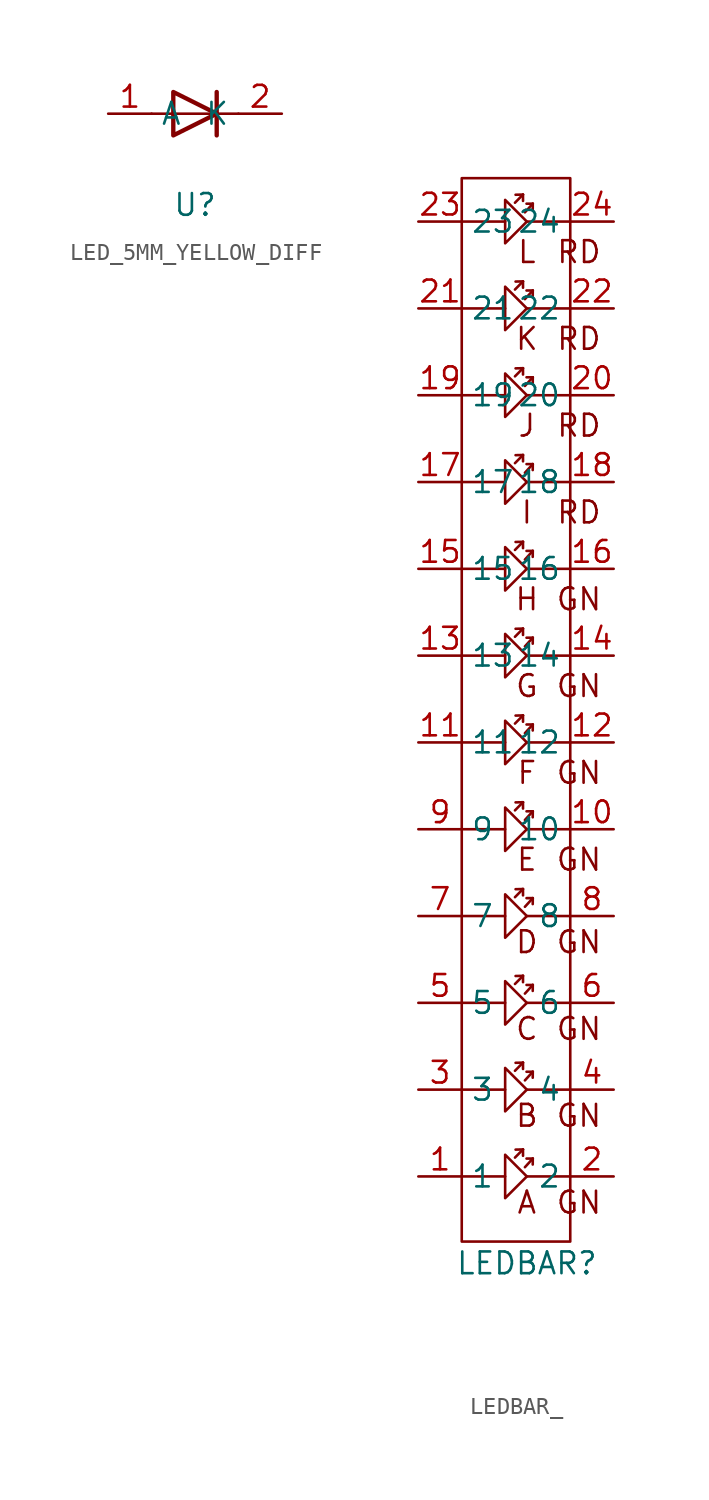
<source format=kicad_sym>
(kicad_symbol_lib
  (version 20241209)
  (generator "kicad_symbol_editor")
  (generator_version "9.0")
  (symbol "LED_5MM_YELLOW_DIFF"
    (property "Reference" "U"
      (at 0 -5.334 0)
      (effects (font (size 1.27 1.27))))
    (property "Value" ""
      (at 0 0 0)
      (effects (font (size 1.27 1.27))))
    (symbol "LED_5MM_YELLOW_DIFF_0_1"
      (polyline (pts (xy -2.54 0) (xy 2.54 0)) (stroke (width 0) (type default)) (fill (type none)))
      (polyline (pts (xy -1.27 1.27) (xy -1.27 -1.27) (xy 1.27 0) (xy -1.27 1.27)) (stroke (width 0.254) (type default)) (fill (type none)))
      (polyline (pts (xy 1.27 -1.27) (xy 1.27 1.27)) (stroke (width 0.254) (type default)) (fill (type none))))
    (symbol "LED_5MM_YELLOW_DIFF_1_1"
      (pin passive line (at -5.08 0 0) (length 2.54) (name "A" (effects (font (size 1.27 1.27)))) (number "1" (effects (font (size 1.27 1.27)))))
      (pin passive line (at 5.08 0 180) (length 2.54) (name "K" (effects (font (size 1.27 1.27)))) (number "2" (effects (font (size 1.27 1.27)))))))
  (symbol "LEDBAR_"
    (property "Reference" "LEDBAR"
      (at 0 -5.08 0)
      (effects (font (size 1.27 1.27))))
    (property "Value" ""
      (at 0 0 0)
      (effects (font (size 1.27 1.27))))
    (symbol "LEDBAR__0_1"
      (rectangle (start -3.81 58.42) (end 2.54 -3.81) (stroke (width 0) (type default)) (fill (type none)))
      (polyline (pts (xy -1.27 57.15) (xy -1.27 54.61) (xy 0 55.88) (xy -1.27 57.15)) (stroke (width 0) (type default)) (fill (type none)))
      (polyline (pts (xy -1.27 55.88) (xy -3.81 55.88)) (stroke (width 0) (type default)) (fill (type none)))
      (polyline (pts (xy -1.27 52.07) (xy -1.27 49.53) (xy 0 50.8) (xy -1.27 52.07)) (stroke (width 0) (type default)) (fill (type none)))
      (polyline (pts (xy -1.27 50.8) (xy -3.81 50.8)) (stroke (width 0) (type default)) (fill (type none)))
      (polyline (pts (xy -1.27 46.99) (xy -1.27 44.45) (xy 0 45.72) (xy -1.27 46.99)) (stroke (width 0) (type default)) (fill (type none)))
      (polyline (pts (xy -1.27 45.72) (xy -3.81 45.72)) (stroke (width 0) (type default)) (fill (type none)))
      (polyline (pts (xy -1.27 41.91) (xy -1.27 39.37) (xy 0 40.64) (xy -1.27 41.91)) (stroke (width 0) (type default)) (fill (type none)))
      (polyline (pts (xy -1.27 40.64) (xy -3.81 40.64)) (stroke (width 0) (type default)) (fill (type none)))
      (polyline (pts (xy -1.27 36.83) (xy -1.27 34.29) (xy 0 35.56) (xy -1.27 36.83)) (stroke (width 0) (type default)) (fill (type none)))
      (polyline (pts (xy -1.27 35.56) (xy -3.81 35.56)) (stroke (width 0) (type default)) (fill (type none)))
      (polyline (pts (xy -1.27 31.75) (xy -1.27 29.21) (xy 0 30.48) (xy -1.27 31.75)) (stroke (width 0) (type default)) (fill (type none)))
      (polyline (pts (xy -1.27 30.48) (xy -3.81 30.48)) (stroke (width 0) (type default)) (fill (type none)))
      (polyline (pts (xy -1.27 26.67) (xy -1.27 24.13) (xy 0 25.4) (xy -1.27 26.67)) (stroke (width 0) (type default)) (fill (type none)))
      (polyline (pts (xy -1.27 25.4) (xy -3.81 25.4)) (stroke (width 0) (type default)) (fill (type none)))
      (polyline (pts (xy -1.27 21.59) (xy -1.27 19.05) (xy 0 20.32) (xy -1.27 21.59)) (stroke (width 0) (type default)) (fill (type none)))
      (polyline (pts (xy -1.27 20.32) (xy -3.81 20.32)) (stroke (width 0) (type default)) (fill (type none)))
      (polyline (pts (xy -1.27 16.51) (xy -1.27 13.97) (xy 0 15.24) (xy -1.27 16.51)) (stroke (width 0) (type default)) (fill (type none)))
      (polyline (pts (xy -1.27 15.24) (xy -3.81 15.24)) (stroke (width 0) (type default)) (fill (type none)))
      (polyline (pts (xy -1.27 11.43) (xy -1.27 8.89) (xy 0 10.16) (xy -1.27 11.43)) (stroke (width 0) (type default)) (fill (type none)))
      (polyline (pts (xy -1.27 10.16) (xy -3.81 10.16)) (stroke (width 0) (type default)) (fill (type none)))
      (polyline (pts (xy -1.27 6.35) (xy -1.27 3.81) (xy 0 5.08) (xy -1.27 6.35)) (stroke (width 0) (type default)) (fill (type none)))
      (polyline (pts (xy -1.27 5.08) (xy -3.81 5.08)) (stroke (width 0) (type default)) (fill (type none)))
      (polyline (pts (xy -1.27 1.27) (xy -1.27 -1.27) (xy 0 0) (xy -1.27 1.27)) (stroke (width 0) (type default)) (fill (type none)))
      (polyline (pts (xy -1.27 0) (xy -3.81 0)) (stroke (width 0) (type default)) (fill (type none)))
      (polyline (pts (xy -0.695 56.984) (xy -0.227 57.461)) (stroke (width 0) (type default)) (fill (type none)))
      (polyline (pts (xy -0.695 51.904) (xy -0.227 52.381)) (stroke (width 0) (type default)) (fill (type none)))
      (polyline (pts (xy -0.695 46.824) (xy -0.227 47.301)) (stroke (width 0) (type default)) (fill (type none)))
      (polyline (pts (xy -0.695 41.744) (xy -0.227 42.221)) (stroke (width 0) (type default)) (fill (type none)))
      (polyline (pts (xy -0.695 36.664) (xy -0.227 37.141)) (stroke (width 0) (type default)) (fill (type none)))
      (polyline (pts (xy -0.695 31.584) (xy -0.227 32.061)) (stroke (width 0) (type default)) (fill (type none)))
      (polyline (pts (xy -0.695 26.504) (xy -0.227 26.981)) (stroke (width 0) (type default)) (fill (type none)))
      (polyline (pts (xy -0.695 21.424) (xy -0.227 21.901)) (stroke (width 0) (type default)) (fill (type none)))
      (polyline (pts (xy -0.695 16.344) (xy -0.227 16.821)) (stroke (width 0) (type default)) (fill (type none)))
      (polyline (pts (xy -0.695 11.264) (xy -0.227 11.741)) (stroke (width 0) (type default)) (fill (type none)))
      (polyline (pts (xy -0.695 6.184) (xy -0.227 6.661)) (stroke (width 0) (type default)) (fill (type none)))
      (polyline (pts (xy -0.695 1.104) (xy -0.227 1.581)) (stroke (width 0) (type default)) (fill (type none)))
      (polyline (pts (xy -0.227 57.461) (xy -0.66 57.451)) (stroke (width 0) (type default)) (fill (type none)))
      (polyline (pts (xy -0.227 57.461) (xy -0.224 57.09)) (stroke (width 0) (type default)) (fill (type none)))
      (polyline (pts (xy -0.227 52.381) (xy -0.66 52.371)) (stroke (width 0) (type default)) (fill (type none)))
      (polyline (pts (xy -0.227 52.381) (xy -0.224 52.01)) (stroke (width 0) (type default)) (fill (type none)))
      (polyline (pts (xy -0.227 47.301) (xy -0.66 47.291)) (stroke (width 0) (type default)) (fill (type none)))
      (polyline (pts (xy -0.227 47.301) (xy -0.224 46.93)) (stroke (width 0) (type default)) (fill (type none)))
      (polyline (pts (xy -0.227 42.221) (xy -0.66 42.211)) (stroke (width 0) (type default)) (fill (type none)))
      (polyline (pts (xy -0.227 42.221) (xy -0.224 41.85)) (stroke (width 0) (type default)) (fill (type none)))
      (polyline (pts (xy -0.227 37.141) (xy -0.66 37.131)) (stroke (width 0) (type default)) (fill (type none)))
      (polyline (pts (xy -0.227 37.141) (xy -0.224 36.77)) (stroke (width 0) (type default)) (fill (type none)))
      (polyline (pts (xy -0.227 32.061) (xy -0.66 32.051)) (stroke (width 0) (type default)) (fill (type none)))
      (polyline (pts (xy -0.227 32.061) (xy -0.224 31.69)) (stroke (width 0) (type default)) (fill (type none)))
      (polyline (pts (xy -0.227 26.981) (xy -0.66 26.971)) (stroke (width 0) (type default)) (fill (type none)))
      (polyline (pts (xy -0.227 26.981) (xy -0.224 26.61)) (stroke (width 0) (type default)) (fill (type none)))
      (polyline (pts (xy -0.227 21.901) (xy -0.66 21.891)) (stroke (width 0) (type default)) (fill (type none)))
      (polyline (pts (xy -0.227 21.901) (xy -0.224 21.53)) (stroke (width 0) (type default)) (fill (type none)))
      (polyline (pts (xy -0.227 16.821) (xy -0.66 16.811)) (stroke (width 0) (type default)) (fill (type none)))
      (polyline (pts (xy -0.227 16.821) (xy -0.224 16.45)) (stroke (width 0) (type default)) (fill (type none)))
      (polyline (pts (xy -0.227 11.741) (xy -0.66 11.731)) (stroke (width 0) (type default)) (fill (type none)))
      (polyline (pts (xy -0.227 11.741) (xy -0.224 11.37)) (stroke (width 0) (type default)) (fill (type none)))
      (polyline (pts (xy -0.227 6.661) (xy -0.66 6.651)) (stroke (width 0) (type default)) (fill (type none)))
      (polyline (pts (xy -0.227 6.661) (xy -0.224 6.29)) (stroke (width 0) (type default)) (fill (type none)))
      (polyline (pts (xy -0.227 1.581) (xy -0.66 1.571)) (stroke (width 0) (type default)) (fill (type none)))
      (polyline (pts (xy -0.227 1.581) (xy -0.224 1.21)) (stroke (width 0) (type default)) (fill (type none)))
      (polyline (pts (xy -0.113 56.422) (xy 0.347 56.928)) (stroke (width 0) (type default)) (fill (type none)))
      (polyline (pts (xy -0.113 51.342) (xy 0.347 51.848)) (stroke (width 0) (type default)) (fill (type none)))
      (polyline (pts (xy -0.113 46.262) (xy 0.347 46.768)) (stroke (width 0) (type default)) (fill (type none)))
      (polyline (pts (xy -0.113 41.182) (xy 0.347 41.688)) (stroke (width 0) (type default)) (fill (type none)))
      (polyline (pts (xy -0.113 36.102) (xy 0.347 36.608)) (stroke (width 0) (type default)) (fill (type none)))
      (polyline (pts (xy -0.113 31.022) (xy 0.347 31.528)) (stroke (width 0) (type default)) (fill (type none)))
      (polyline (pts (xy -0.113 25.942) (xy 0.347 26.448)) (stroke (width 0) (type default)) (fill (type none)))
      (polyline (pts (xy -0.113 20.862) (xy 0.347 21.368)) (stroke (width 0) (type default)) (fill (type none)))
      (polyline (pts (xy -0.113 15.782) (xy 0.347 16.288)) (stroke (width 0) (type default)) (fill (type none)))
      (polyline (pts (xy -0.113 10.702) (xy 0.347 11.208)) (stroke (width 0) (type default)) (fill (type none)))
      (polyline (pts (xy -0.113 5.622) (xy 0.347 6.128)) (stroke (width 0) (type default)) (fill (type none)))
      (polyline (pts (xy -0.113 0.542) (xy 0.347 1.048)) (stroke (width 0) (type default)) (fill (type none)))
      (polyline (pts (xy 0 55.88) (xy 2.54 55.88)) (stroke (width 0) (type default)) (fill (type none)))
      (polyline (pts (xy 0 50.8) (xy 2.54 50.8)) (stroke (width 0) (type default)) (fill (type none)))
      (polyline (pts (xy 0 45.72) (xy 2.54 45.72)) (stroke (width 0) (type default)) (fill (type none)))
      (polyline (pts (xy 0 40.64) (xy 2.54 40.64)) (stroke (width 0) (type default)) (fill (type none)))
      (polyline (pts (xy 0 35.56) (xy 2.54 35.56)) (stroke (width 0) (type default)) (fill (type none)))
      (polyline (pts (xy 0 30.48) (xy 2.54 30.48)) (stroke (width 0) (type default)) (fill (type none)))
      (polyline (pts (xy 0 25.4) (xy 2.54 25.4)) (stroke (width 0) (type default)) (fill (type none)))
      (polyline (pts (xy 0 20.32) (xy 2.54 20.32)) (stroke (width 0) (type default)) (fill (type none)))
      (polyline (pts (xy 0 15.24) (xy 2.54 15.24)) (stroke (width 0) (type default)) (fill (type none)))
      (polyline (pts (xy 0 10.16) (xy 2.54 10.16)) (stroke (width 0) (type default)) (fill (type none)))
      (polyline (pts (xy 0 5.08) (xy 2.54 5.08)) (stroke (width 0) (type default)) (fill (type none)))
      (polyline (pts (xy 0 0) (xy 2.54 0)) (stroke (width 0) (type default)) (fill (type none)))
      (polyline (pts (xy 0.347 56.928) (xy -0.019 56.928)) (stroke (width 0) (type default)) (fill (type none)))
      (polyline (pts (xy 0.347 56.928) (xy 0.344 56.579)) (stroke (width 0) (type default)) (fill (type none)))
      (polyline (pts (xy 0.347 51.848) (xy -0.019 51.848)) (stroke (width 0) (type default)) (fill (type none)))
      (polyline (pts (xy 0.347 51.848) (xy 0.344 51.499)) (stroke (width 0) (type default)) (fill (type none)))
      (polyline (pts (xy 0.347 46.768) (xy -0.019 46.768)) (stroke (width 0) (type default)) (fill (type none)))
      (polyline (pts (xy 0.347 46.768) (xy 0.344 46.419)) (stroke (width 0) (type default)) (fill (type none)))
      (polyline (pts (xy 0.347 41.688) (xy -0.019 41.688)) (stroke (width 0) (type default)) (fill (type none)))
      (polyline (pts (xy 0.347 41.688) (xy 0.344 41.339)) (stroke (width 0) (type default)) (fill (type none)))
      (polyline (pts (xy 0.347 36.608) (xy -0.019 36.608)) (stroke (width 0) (type default)) (fill (type none)))
      (polyline (pts (xy 0.347 36.608) (xy 0.344 36.259)) (stroke (width 0) (type default)) (fill (type none)))
      (polyline (pts (xy 0.347 31.528) (xy -0.019 31.528)) (stroke (width 0) (type default)) (fill (type none)))
      (polyline (pts (xy 0.347 31.528) (xy 0.344 31.179)) (stroke (width 0) (type default)) (fill (type none)))
      (polyline (pts (xy 0.347 26.448) (xy -0.019 26.448)) (stroke (width 0) (type default)) (fill (type none)))
      (polyline (pts (xy 0.347 26.448) (xy 0.344 26.099)) (stroke (width 0) (type default)) (fill (type none)))
      (polyline (pts (xy 0.347 21.368) (xy -0.019 21.368)) (stroke (width 0) (type default)) (fill (type none)))
      (polyline (pts (xy 0.347 21.368) (xy 0.344 21.019)) (stroke (width 0) (type default)) (fill (type none)))
      (polyline (pts (xy 0.347 16.288) (xy -0.019 16.288)) (stroke (width 0) (type default)) (fill (type none)))
      (polyline (pts (xy 0.347 16.288) (xy 0.344 15.939)) (stroke (width 0) (type default)) (fill (type none)))
      (polyline (pts (xy 0.347 11.208) (xy -0.019 11.208)) (stroke (width 0) (type default)) (fill (type none)))
      (polyline (pts (xy 0.347 11.208) (xy 0.344 10.859)) (stroke (width 0) (type default)) (fill (type none)))
      (polyline (pts (xy 0.347 6.128) (xy -0.019 6.128)) (stroke (width 0) (type default)) (fill (type none)))
      (polyline (pts (xy 0.347 6.128) (xy 0.344 5.779)) (stroke (width 0) (type default)) (fill (type none)))
      (polyline (pts (xy 0.347 1.048) (xy -0.019 1.048)) (stroke (width 0) (type default)) (fill (type none)))
      (polyline (pts (xy 0.347 1.048) (xy 0.344 0.699)) (stroke (width 0) (type default)) (fill (type none))))
    (symbol "LEDBAR__1_1"
      (text "L" (at 0 54.102 0) (effects (font (size 1.27 1.27))))
      (text "K" (at 0 49.022 0) (effects (font (size 1.27 1.27))))
      (text "J" (at 0 43.942 0) (effects (font (size 1.27 1.27))))
      (text "I" (at 0 38.862 0) (effects (font (size 1.27 1.27))))
      (text "H" (at 0 33.782 0) (effects (font (size 1.27 1.27))))
      (text "G" (at 0 28.702 0) (effects (font (size 1.27 1.27))))
      (text "F" (at 0 23.622 0) (effects (font (size 1.27 1.27))))
      (text "E" (at 0 18.542 0) (effects (font (size 1.27 1.27))))
      (text "D" (at 0 13.716 0) (effects (font (size 1.27 1.27))))
      (text "C" (at 0 8.636 0) (effects (font (size 1.27 1.27))))
      (text "B" (at 0 3.556 0) (effects (font (size 1.27 1.27))))
      (text "A" (at 0 -1.524 0) (effects (font (size 1.27 1.27))))
      (text "RD" (at 3.048 54.102 0) (effects (font (size 1.27 1.27))))
      (text "RD" (at 3.048 49.022 0) (effects (font (size 1.27 1.27))))
      (text "RD" (at 3.048 43.942 0) (effects (font (size 1.27 1.27))))
      (text "RD" (at 3.048 38.862 0) (effects (font (size 1.27 1.27))))
      (text "GN" (at 3.048 33.782 0) (effects (font (size 1.27 1.27))))
      (text "GN" (at 3.048 28.702 0) (effects (font (size 1.27 1.27))))
      (text "GN" (at 3.048 23.622 0) (effects (font (size 1.27 1.27))))
      (text "GN" (at 3.048 18.542 0) (effects (font (size 1.27 1.27))))
      (text "GN" (at 3.048 13.716 0) (effects (font (size 1.27 1.27))))
      (text "GN" (at 3.048 8.636 0) (effects (font (size 1.27 1.27))))
      (text "GN" (at 3.048 3.556 0) (effects (font (size 1.27 1.27))))
      (text "GN" (at 3.048 -1.524 0) (effects (font (size 1.27 1.27))))
      (pin input line (at -6.35 55.88 0) (length 2.54) (name "23" (effects (font (size 1.27 1.27)))) (number "23" (effects (font (size 1.27 1.27)))))
      (pin input line (at -6.35 50.8 0) (length 2.54) (name "21" (effects (font (size 1.27 1.27)))) (number "21" (effects (font (size 1.27 1.27)))))
      (pin input line (at -6.35 45.72 0) (length 2.54) (name "19" (effects (font (size 1.27 1.27)))) (number "19" (effects (font (size 1.27 1.27)))))
      (pin input line (at -6.35 40.64 0) (length 2.54) (name "17" (effects (font (size 1.27 1.27)))) (number "17" (effects (font (size 1.27 1.27)))))
      (pin input line (at -6.35 35.56 0) (length 2.54) (name "15" (effects (font (size 1.27 1.27)))) (number "15" (effects (font (size 1.27 1.27)))))
      (pin input line (at -6.35 30.48 0) (length 2.54) (name "13" (effects (font (size 1.27 1.27)))) (number "13" (effects (font (size 1.27 1.27)))))
      (pin input line (at -6.35 25.4 0) (length 2.54) (name "11" (effects (font (size 1.27 1.27)))) (number "11" (effects (font (size 1.27 1.27)))))
      (pin input line (at -6.35 20.32 0) (length 2.54) (name "9" (effects (font (size 1.27 1.27)))) (number "9" (effects (font (size 1.27 1.27)))))
      (pin input line (at -6.35 15.24 0) (length 2.54) (name "7" (effects (font (size 1.27 1.27)))) (number "7" (effects (font (size 1.27 1.27)))))
      (pin input line (at -6.35 10.16 0) (length 2.54) (name "5" (effects (font (size 1.27 1.27)))) (number "5" (effects (font (size 1.27 1.27)))))
      (pin input line (at -6.35 5.08 0) (length 2.54) (name "3" (effects (font (size 1.27 1.27)))) (number "3" (effects (font (size 1.27 1.27)))))
      (pin input line (at -6.35 0 0) (length 2.54) (name "1" (effects (font (size 1.27 1.27)))) (number "1" (effects (font (size 1.27 1.27)))))
      (pin input line (at 5.08 55.88 180) (length 2.54) (name "24" (effects (font (size 1.27 1.27)))) (number "24" (effects (font (size 1.27 1.27)))))
      (pin input line (at 5.08 50.8 180) (length 2.54) (name "22" (effects (font (size 1.27 1.27)))) (number "22" (effects (font (size 1.27 1.27)))))
      (pin input line (at 5.08 45.72 180) (length 2.54) (name "20" (effects (font (size 1.27 1.27)))) (number "20" (effects (font (size 1.27 1.27)))))
      (pin input line (at 5.08 40.64 180) (length 2.54) (name "18" (effects (font (size 1.27 1.27)))) (number "18" (effects (font (size 1.27 1.27)))))
      (pin input line (at 5.08 35.56 180) (length 2.54) (name "16" (effects (font (size 1.27 1.27)))) (number "16" (effects (font (size 1.27 1.27)))))
      (pin input line (at 5.08 30.48 180) (length 2.54) (name "14" (effects (font (size 1.27 1.27)))) (number "14" (effects (font (size 1.27 1.27)))))
      (pin input line (at 5.08 25.4 180) (length 2.54) (name "12" (effects (font (size 1.27 1.27)))) (number "12" (effects (font (size 1.27 1.27)))))
      (pin input line (at 5.08 20.32 180) (length 2.54) (name "10" (effects (font (size 1.27 1.27)))) (number "10" (effects (font (size 1.27 1.27)))))
      (pin input line (at 5.08 15.24 180) (length 2.54) (name "8" (effects (font (size 1.27 1.27)))) (number "8" (effects (font (size 1.27 1.27)))))
      (pin input line (at 5.08 10.16 180) (length 2.54) (name "6" (effects (font (size 1.27 1.27)))) (number "6" (effects (font (size 1.27 1.27)))))
      (pin input line (at 5.08 5.08 180) (length 2.54) (name "4" (effects (font (size 1.27 1.27)))) (number "4" (effects (font (size 1.27 1.27)))))
      (pin input line (at 5.08 0 180) (length 2.54) (name "2" (effects (font (size 1.27 1.27)))) (number "2" (effects (font (size 1.27 1.27))))))))
</source>
